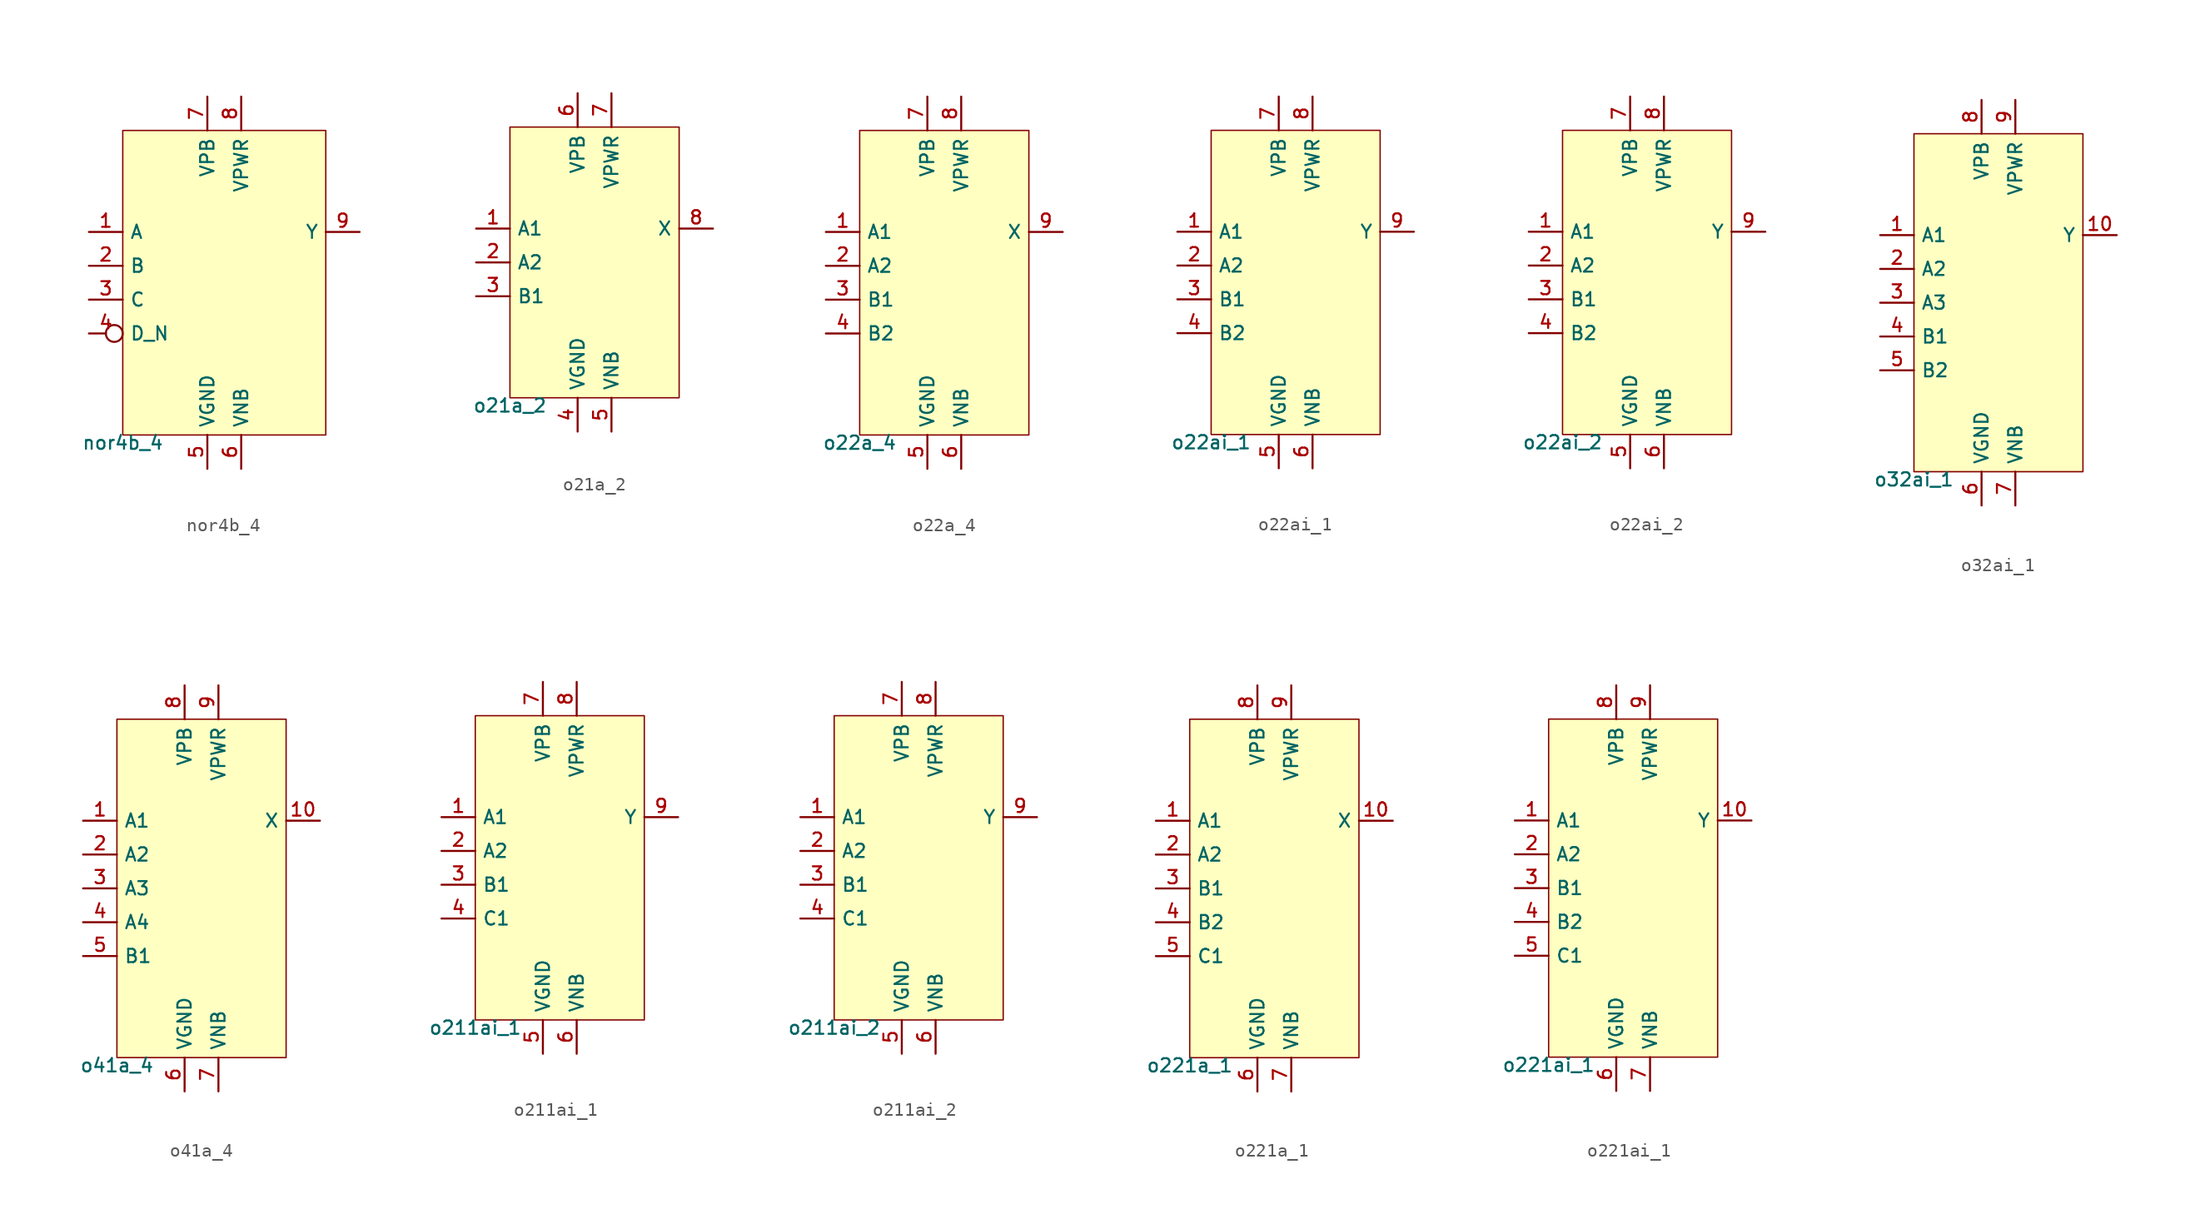
<source format=kicad_sym>
(kicad_symbol_lib
  (version 20211014)
  (generator pdk2kicad)
  (symbol "nor4b_4"
    (property "Reference" "X"
      (at 0 0 0)
      (effects (font (size 1 1)) hide))
    (property "Value" "nor4b_4"
      (at -7.62 -11.43 0)
      (effects (font (size 1 1)) (justify top)))
    (rectangle
      (start -7.62 -11.43)
      (end 7.62 11.43)
      (stroke (width 0.1) (type solid) (color 0 0 0 0))
      (fill (type background)))
    (pin input line
      (at -10.16 3.81 0)
      (length 2.54)
      (name "A" (effects (font (size 1 1)) hide))
      (number "1" (effects (font (size 1 1)) hide)))
    (pin input line
      (at -10.16 1.27 0)
      (length 2.54)
      (name "B" (effects (font (size 1 1)) hide))
      (number "2" (effects (font (size 1 1)) hide)))
    (pin input line
      (at -10.16 -1.27 0)
      (length 2.54)
      (name "C" (effects (font (size 1 1)) hide))
      (number "3" (effects (font (size 1 1)) hide)))
    (pin input inverted
      (at -10.16 -3.81 0)
      (length 2.54)
      (name "D_N" (effects (font (size 1 1)) hide))
      (number "4" (effects (font (size 1 1)) hide)))
    (pin power_in line
      (at -1.27 -13.97 90)
      (length 2.54)
      (name "VGND" (effects (font (size 1 1)) hide))
      (number "5" (effects (font (size 1 1)) hide)))
    (pin power_in line
      (at 1.27 -13.97 90)
      (length 2.54)
      (name "VNB" (effects (font (size 1 1)) hide))
      (number "6" (effects (font (size 1 1)) hide)))
    (pin power_in line
      (at -1.27 13.97 270)
      (length 2.54)
      (name "VPB" (effects (font (size 1 1)) hide))
      (number "7" (effects (font (size 1 1)) hide)))
    (pin power_in line
      (at 1.27 13.97 270)
      (length 2.54)
      (name "VPWR" (effects (font (size 1 1)) hide))
      (number "8" (effects (font (size 1 1)) hide)))
    (pin output line
      (at 10.16 3.81 180)
      (length 2.54)
      (name "Y" (effects (font (size 1 1)) hide))
      (number "9" (effects (font (size 1 1)) hide))))
  (symbol "o21a_2"
    (property "Reference" "X"
      (at 0 0 0)
      (effects (font (size 1 1)) hide))
    (property "Value" "o21a_2"
      (at -6.35 -10.16 0)
      (effects (font (size 1 1)) (justify top)))
    (rectangle
      (start -6.35 -10.16)
      (end 6.35 10.16)
      (stroke (width 0.1) (type solid) (color 0 0 0 0))
      (fill (type background)))
    (pin input line
      (at -8.89 2.54 0)
      (length 2.54)
      (name "A1" (effects (font (size 1 1)) hide))
      (number "1" (effects (font (size 1 1)) hide)))
    (pin input line
      (at -8.89 0.0 0)
      (length 2.54)
      (name "A2" (effects (font (size 1 1)) hide))
      (number "2" (effects (font (size 1 1)) hide)))
    (pin input line
      (at -8.89 -2.54 0)
      (length 2.54)
      (name "B1" (effects (font (size 1 1)) hide))
      (number "3" (effects (font (size 1 1)) hide)))
    (pin power_in line
      (at -1.27 -12.7 90)
      (length 2.54)
      (name "VGND" (effects (font (size 1 1)) hide))
      (number "4" (effects (font (size 1 1)) hide)))
    (pin power_in line
      (at 1.27 -12.7 90)
      (length 2.54)
      (name "VNB" (effects (font (size 1 1)) hide))
      (number "5" (effects (font (size 1 1)) hide)))
    (pin power_in line
      (at -1.27 12.7 270)
      (length 2.54)
      (name "VPB" (effects (font (size 1 1)) hide))
      (number "6" (effects (font (size 1 1)) hide)))
    (pin power_in line
      (at 1.27 12.7 270)
      (length 2.54)
      (name "VPWR" (effects (font (size 1 1)) hide))
      (number "7" (effects (font (size 1 1)) hide)))
    (pin output line
      (at 8.89 2.54 180)
      (length 2.54)
      (name "X" (effects (font (size 1 1)) hide))
      (number "8" (effects (font (size 1 1)) hide))))
  (symbol "o22a_4"
    (property "Reference" "X"
      (at 0 0 0)
      (effects (font (size 1 1)) hide))
    (property "Value" "o22a_4"
      (at -6.35 -11.43 0)
      (effects (font (size 1 1)) (justify top)))
    (rectangle
      (start -6.35 -11.43)
      (end 6.35 11.43)
      (stroke (width 0.1) (type solid) (color 0 0 0 0))
      (fill (type background)))
    (pin input line
      (at -8.89 3.81 0)
      (length 2.54)
      (name "A1" (effects (font (size 1 1)) hide))
      (number "1" (effects (font (size 1 1)) hide)))
    (pin input line
      (at -8.89 1.27 0)
      (length 2.54)
      (name "A2" (effects (font (size 1 1)) hide))
      (number "2" (effects (font (size 1 1)) hide)))
    (pin input line
      (at -8.89 -1.27 0)
      (length 2.54)
      (name "B1" (effects (font (size 1 1)) hide))
      (number "3" (effects (font (size 1 1)) hide)))
    (pin input line
      (at -8.89 -3.81 0)
      (length 2.54)
      (name "B2" (effects (font (size 1 1)) hide))
      (number "4" (effects (font (size 1 1)) hide)))
    (pin power_in line
      (at -1.27 -13.97 90)
      (length 2.54)
      (name "VGND" (effects (font (size 1 1)) hide))
      (number "5" (effects (font (size 1 1)) hide)))
    (pin power_in line
      (at 1.27 -13.97 90)
      (length 2.54)
      (name "VNB" (effects (font (size 1 1)) hide))
      (number "6" (effects (font (size 1 1)) hide)))
    (pin power_in line
      (at -1.27 13.97 270)
      (length 2.54)
      (name "VPB" (effects (font (size 1 1)) hide))
      (number "7" (effects (font (size 1 1)) hide)))
    (pin power_in line
      (at 1.27 13.97 270)
      (length 2.54)
      (name "VPWR" (effects (font (size 1 1)) hide))
      (number "8" (effects (font (size 1 1)) hide)))
    (pin output line
      (at 8.89 3.81 180)
      (length 2.54)
      (name "X" (effects (font (size 1 1)) hide))
      (number "9" (effects (font (size 1 1)) hide))))
  (symbol "o22ai_1"
    (property "Reference" "X"
      (at 0 0 0)
      (effects (font (size 1 1)) hide))
    (property "Value" "o22ai_1"
      (at -6.35 -11.43 0)
      (effects (font (size 1 1)) (justify top)))
    (rectangle
      (start -6.35 -11.43)
      (end 6.35 11.43)
      (stroke (width 0.1) (type solid) (color 0 0 0 0))
      (fill (type background)))
    (pin input line
      (at -8.89 3.81 0)
      (length 2.54)
      (name "A1" (effects (font (size 1 1)) hide))
      (number "1" (effects (font (size 1 1)) hide)))
    (pin input line
      (at -8.89 1.27 0)
      (length 2.54)
      (name "A2" (effects (font (size 1 1)) hide))
      (number "2" (effects (font (size 1 1)) hide)))
    (pin input line
      (at -8.89 -1.27 0)
      (length 2.54)
      (name "B1" (effects (font (size 1 1)) hide))
      (number "3" (effects (font (size 1 1)) hide)))
    (pin input line
      (at -8.89 -3.81 0)
      (length 2.54)
      (name "B2" (effects (font (size 1 1)) hide))
      (number "4" (effects (font (size 1 1)) hide)))
    (pin power_in line
      (at -1.27 -13.97 90)
      (length 2.54)
      (name "VGND" (effects (font (size 1 1)) hide))
      (number "5" (effects (font (size 1 1)) hide)))
    (pin power_in line
      (at 1.27 -13.97 90)
      (length 2.54)
      (name "VNB" (effects (font (size 1 1)) hide))
      (number "6" (effects (font (size 1 1)) hide)))
    (pin power_in line
      (at -1.27 13.97 270)
      (length 2.54)
      (name "VPB" (effects (font (size 1 1)) hide))
      (number "7" (effects (font (size 1 1)) hide)))
    (pin power_in line
      (at 1.27 13.97 270)
      (length 2.54)
      (name "VPWR" (effects (font (size 1 1)) hide))
      (number "8" (effects (font (size 1 1)) hide)))
    (pin output line
      (at 8.89 3.81 180)
      (length 2.54)
      (name "Y" (effects (font (size 1 1)) hide))
      (number "9" (effects (font (size 1 1)) hide))))
  (symbol "o22ai_2"
    (property "Reference" "X"
      (at 0 0 0)
      (effects (font (size 1 1)) hide))
    (property "Value" "o22ai_2"
      (at -6.35 -11.43 0)
      (effects (font (size 1 1)) (justify top)))
    (rectangle
      (start -6.35 -11.43)
      (end 6.35 11.43)
      (stroke (width 0.1) (type solid) (color 0 0 0 0))
      (fill (type background)))
    (pin input line
      (at -8.89 3.81 0)
      (length 2.54)
      (name "A1" (effects (font (size 1 1)) hide))
      (number "1" (effects (font (size 1 1)) hide)))
    (pin input line
      (at -8.89 1.27 0)
      (length 2.54)
      (name "A2" (effects (font (size 1 1)) hide))
      (number "2" (effects (font (size 1 1)) hide)))
    (pin input line
      (at -8.89 -1.27 0)
      (length 2.54)
      (name "B1" (effects (font (size 1 1)) hide))
      (number "3" (effects (font (size 1 1)) hide)))
    (pin input line
      (at -8.89 -3.81 0)
      (length 2.54)
      (name "B2" (effects (font (size 1 1)) hide))
      (number "4" (effects (font (size 1 1)) hide)))
    (pin power_in line
      (at -1.27 -13.97 90)
      (length 2.54)
      (name "VGND" (effects (font (size 1 1)) hide))
      (number "5" (effects (font (size 1 1)) hide)))
    (pin power_in line
      (at 1.27 -13.97 90)
      (length 2.54)
      (name "VNB" (effects (font (size 1 1)) hide))
      (number "6" (effects (font (size 1 1)) hide)))
    (pin power_in line
      (at -1.27 13.97 270)
      (length 2.54)
      (name "VPB" (effects (font (size 1 1)) hide))
      (number "7" (effects (font (size 1 1)) hide)))
    (pin power_in line
      (at 1.27 13.97 270)
      (length 2.54)
      (name "VPWR" (effects (font (size 1 1)) hide))
      (number "8" (effects (font (size 1 1)) hide)))
    (pin output line
      (at 8.89 3.81 180)
      (length 2.54)
      (name "Y" (effects (font (size 1 1)) hide))
      (number "9" (effects (font (size 1 1)) hide))))
  (symbol "o32ai_1"
    (property "Reference" "X"
      (at 0 0 0)
      (effects (font (size 1 1)) hide))
    (property "Value" "o32ai_1"
      (at -6.35 -12.7 0)
      (effects (font (size 1 1)) (justify top)))
    (rectangle
      (start -6.35 -12.7)
      (end 6.35 12.7)
      (stroke (width 0.1) (type solid) (color 0 0 0 0))
      (fill (type background)))
    (pin input line
      (at -8.89 5.08 0)
      (length 2.54)
      (name "A1" (effects (font (size 1 1)) hide))
      (number "1" (effects (font (size 1 1)) hide)))
    (pin input line
      (at -8.89 2.54 0)
      (length 2.54)
      (name "A2" (effects (font (size 1 1)) hide))
      (number "2" (effects (font (size 1 1)) hide)))
    (pin input line
      (at -8.89 -8.881784197001252e-16 0)
      (length 2.54)
      (name "A3" (effects (font (size 1 1)) hide))
      (number "3" (effects (font (size 1 1)) hide)))
    (pin input line
      (at -8.89 -2.54 0)
      (length 2.54)
      (name "B1" (effects (font (size 1 1)) hide))
      (number "4" (effects (font (size 1 1)) hide)))
    (pin input line
      (at -8.89 -5.08 0)
      (length 2.54)
      (name "B2" (effects (font (size 1 1)) hide))
      (number "5" (effects (font (size 1 1)) hide)))
    (pin power_in line
      (at -1.27 -15.24 90)
      (length 2.54)
      (name "VGND" (effects (font (size 1 1)) hide))
      (number "6" (effects (font (size 1 1)) hide)))
    (pin power_in line
      (at 1.27 -15.24 90)
      (length 2.54)
      (name "VNB" (effects (font (size 1 1)) hide))
      (number "7" (effects (font (size 1 1)) hide)))
    (pin power_in line
      (at -1.27 15.24 270)
      (length 2.54)
      (name "VPB" (effects (font (size 1 1)) hide))
      (number "8" (effects (font (size 1 1)) hide)))
    (pin power_in line
      (at 1.27 15.24 270)
      (length 2.54)
      (name "VPWR" (effects (font (size 1 1)) hide))
      (number "9" (effects (font (size 1 1)) hide)))
    (pin output line
      (at 8.89 5.08 180)
      (length 2.54)
      (name "Y" (effects (font (size 1 1)) hide))
      (number "10" (effects (font (size 1 1)) hide))))
  (symbol "o41a_4"
    (property "Reference" "X"
      (at 0 0 0)
      (effects (font (size 1 1)) hide))
    (property "Value" "o41a_4"
      (at -6.35 -12.7 0)
      (effects (font (size 1 1)) (justify top)))
    (rectangle
      (start -6.35 -12.7)
      (end 6.35 12.7)
      (stroke (width 0.1) (type solid) (color 0 0 0 0))
      (fill (type background)))
    (pin input line
      (at -8.89 5.08 0)
      (length 2.54)
      (name "A1" (effects (font (size 1 1)) hide))
      (number "1" (effects (font (size 1 1)) hide)))
    (pin input line
      (at -8.89 2.54 0)
      (length 2.54)
      (name "A2" (effects (font (size 1 1)) hide))
      (number "2" (effects (font (size 1 1)) hide)))
    (pin input line
      (at -8.89 -8.881784197001252e-16 0)
      (length 2.54)
      (name "A3" (effects (font (size 1 1)) hide))
      (number "3" (effects (font (size 1 1)) hide)))
    (pin input line
      (at -8.89 -2.54 0)
      (length 2.54)
      (name "A4" (effects (font (size 1 1)) hide))
      (number "4" (effects (font (size 1 1)) hide)))
    (pin input line
      (at -8.89 -5.08 0)
      (length 2.54)
      (name "B1" (effects (font (size 1 1)) hide))
      (number "5" (effects (font (size 1 1)) hide)))
    (pin power_in line
      (at -1.27 -15.24 90)
      (length 2.54)
      (name "VGND" (effects (font (size 1 1)) hide))
      (number "6" (effects (font (size 1 1)) hide)))
    (pin power_in line
      (at 1.27 -15.24 90)
      (length 2.54)
      (name "VNB" (effects (font (size 1 1)) hide))
      (number "7" (effects (font (size 1 1)) hide)))
    (pin power_in line
      (at -1.27 15.24 270)
      (length 2.54)
      (name "VPB" (effects (font (size 1 1)) hide))
      (number "8" (effects (font (size 1 1)) hide)))
    (pin power_in line
      (at 1.27 15.24 270)
      (length 2.54)
      (name "VPWR" (effects (font (size 1 1)) hide))
      (number "9" (effects (font (size 1 1)) hide)))
    (pin output line
      (at 8.89 5.08 180)
      (length 2.54)
      (name "X" (effects (font (size 1 1)) hide))
      (number "10" (effects (font (size 1 1)) hide))))
  (symbol "o211ai_1"
    (property "Reference" "X"
      (at 0 0 0)
      (effects (font (size 1 1)) hide))
    (property "Value" "o211ai_1"
      (at -6.35 -11.43 0)
      (effects (font (size 1 1)) (justify top)))
    (rectangle
      (start -6.35 -11.43)
      (end 6.35 11.43)
      (stroke (width 0.1) (type solid) (color 0 0 0 0))
      (fill (type background)))
    (pin input line
      (at -8.89 3.81 0)
      (length 2.54)
      (name "A1" (effects (font (size 1 1)) hide))
      (number "1" (effects (font (size 1 1)) hide)))
    (pin input line
      (at -8.89 1.27 0)
      (length 2.54)
      (name "A2" (effects (font (size 1 1)) hide))
      (number "2" (effects (font (size 1 1)) hide)))
    (pin input line
      (at -8.89 -1.27 0)
      (length 2.54)
      (name "B1" (effects (font (size 1 1)) hide))
      (number "3" (effects (font (size 1 1)) hide)))
    (pin input line
      (at -8.89 -3.81 0)
      (length 2.54)
      (name "C1" (effects (font (size 1 1)) hide))
      (number "4" (effects (font (size 1 1)) hide)))
    (pin power_in line
      (at -1.27 -13.97 90)
      (length 2.54)
      (name "VGND" (effects (font (size 1 1)) hide))
      (number "5" (effects (font (size 1 1)) hide)))
    (pin power_in line
      (at 1.27 -13.97 90)
      (length 2.54)
      (name "VNB" (effects (font (size 1 1)) hide))
      (number "6" (effects (font (size 1 1)) hide)))
    (pin power_in line
      (at -1.27 13.97 270)
      (length 2.54)
      (name "VPB" (effects (font (size 1 1)) hide))
      (number "7" (effects (font (size 1 1)) hide)))
    (pin power_in line
      (at 1.27 13.97 270)
      (length 2.54)
      (name "VPWR" (effects (font (size 1 1)) hide))
      (number "8" (effects (font (size 1 1)) hide)))
    (pin output line
      (at 8.89 3.81 180)
      (length 2.54)
      (name "Y" (effects (font (size 1 1)) hide))
      (number "9" (effects (font (size 1 1)) hide))))
  (symbol "o211ai_2"
    (property "Reference" "X"
      (at 0 0 0)
      (effects (font (size 1 1)) hide))
    (property "Value" "o211ai_2"
      (at -6.35 -11.43 0)
      (effects (font (size 1 1)) (justify top)))
    (rectangle
      (start -6.35 -11.43)
      (end 6.35 11.43)
      (stroke (width 0.1) (type solid) (color 0 0 0 0))
      (fill (type background)))
    (pin input line
      (at -8.89 3.81 0)
      (length 2.54)
      (name "A1" (effects (font (size 1 1)) hide))
      (number "1" (effects (font (size 1 1)) hide)))
    (pin input line
      (at -8.89 1.27 0)
      (length 2.54)
      (name "A2" (effects (font (size 1 1)) hide))
      (number "2" (effects (font (size 1 1)) hide)))
    (pin input line
      (at -8.89 -1.27 0)
      (length 2.54)
      (name "B1" (effects (font (size 1 1)) hide))
      (number "3" (effects (font (size 1 1)) hide)))
    (pin input line
      (at -8.89 -3.81 0)
      (length 2.54)
      (name "C1" (effects (font (size 1 1)) hide))
      (number "4" (effects (font (size 1 1)) hide)))
    (pin power_in line
      (at -1.27 -13.97 90)
      (length 2.54)
      (name "VGND" (effects (font (size 1 1)) hide))
      (number "5" (effects (font (size 1 1)) hide)))
    (pin power_in line
      (at 1.27 -13.97 90)
      (length 2.54)
      (name "VNB" (effects (font (size 1 1)) hide))
      (number "6" (effects (font (size 1 1)) hide)))
    (pin power_in line
      (at -1.27 13.97 270)
      (length 2.54)
      (name "VPB" (effects (font (size 1 1)) hide))
      (number "7" (effects (font (size 1 1)) hide)))
    (pin power_in line
      (at 1.27 13.97 270)
      (length 2.54)
      (name "VPWR" (effects (font (size 1 1)) hide))
      (number "8" (effects (font (size 1 1)) hide)))
    (pin output line
      (at 8.89 3.81 180)
      (length 2.54)
      (name "Y" (effects (font (size 1 1)) hide))
      (number "9" (effects (font (size 1 1)) hide))))
  (symbol "o221a_1"
    (property "Reference" "X"
      (at 0 0 0)
      (effects (font (size 1 1)) hide))
    (property "Value" "o221a_1"
      (at -6.35 -12.7 0)
      (effects (font (size 1 1)) (justify top)))
    (rectangle
      (start -6.35 -12.7)
      (end 6.35 12.7)
      (stroke (width 0.1) (type solid) (color 0 0 0 0))
      (fill (type background)))
    (pin input line
      (at -8.89 5.08 0)
      (length 2.54)
      (name "A1" (effects (font (size 1 1)) hide))
      (number "1" (effects (font (size 1 1)) hide)))
    (pin input line
      (at -8.89 2.54 0)
      (length 2.54)
      (name "A2" (effects (font (size 1 1)) hide))
      (number "2" (effects (font (size 1 1)) hide)))
    (pin input line
      (at -8.89 -8.881784197001252e-16 0)
      (length 2.54)
      (name "B1" (effects (font (size 1 1)) hide))
      (number "3" (effects (font (size 1 1)) hide)))
    (pin input line
      (at -8.89 -2.54 0)
      (length 2.54)
      (name "B2" (effects (font (size 1 1)) hide))
      (number "4" (effects (font (size 1 1)) hide)))
    (pin input line
      (at -8.89 -5.08 0)
      (length 2.54)
      (name "C1" (effects (font (size 1 1)) hide))
      (number "5" (effects (font (size 1 1)) hide)))
    (pin power_in line
      (at -1.27 -15.24 90)
      (length 2.54)
      (name "VGND" (effects (font (size 1 1)) hide))
      (number "6" (effects (font (size 1 1)) hide)))
    (pin power_in line
      (at 1.27 -15.24 90)
      (length 2.54)
      (name "VNB" (effects (font (size 1 1)) hide))
      (number "7" (effects (font (size 1 1)) hide)))
    (pin power_in line
      (at -1.27 15.24 270)
      (length 2.54)
      (name "VPB" (effects (font (size 1 1)) hide))
      (number "8" (effects (font (size 1 1)) hide)))
    (pin power_in line
      (at 1.27 15.24 270)
      (length 2.54)
      (name "VPWR" (effects (font (size 1 1)) hide))
      (number "9" (effects (font (size 1 1)) hide)))
    (pin output line
      (at 8.89 5.08 180)
      (length 2.54)
      (name "X" (effects (font (size 1 1)) hide))
      (number "10" (effects (font (size 1 1)) hide))))
  (symbol "o221ai_1"
    (property "Reference" "X"
      (at 0 0 0)
      (effects (font (size 1 1)) hide))
    (property "Value" "o221ai_1"
      (at -6.35 -12.7 0)
      (effects (font (size 1 1)) (justify top)))
    (rectangle
      (start -6.35 -12.7)
      (end 6.35 12.7)
      (stroke (width 0.1) (type solid) (color 0 0 0 0))
      (fill (type background)))
    (pin input line
      (at -8.89 5.08 0)
      (length 2.54)
      (name "A1" (effects (font (size 1 1)) hide))
      (number "1" (effects (font (size 1 1)) hide)))
    (pin input line
      (at -8.89 2.54 0)
      (length 2.54)
      (name "A2" (effects (font (size 1 1)) hide))
      (number "2" (effects (font (size 1 1)) hide)))
    (pin input line
      (at -8.89 -8.881784197001252e-16 0)
      (length 2.54)
      (name "B1" (effects (font (size 1 1)) hide))
      (number "3" (effects (font (size 1 1)) hide)))
    (pin input line
      (at -8.89 -2.54 0)
      (length 2.54)
      (name "B2" (effects (font (size 1 1)) hide))
      (number "4" (effects (font (size 1 1)) hide)))
    (pin input line
      (at -8.89 -5.08 0)
      (length 2.54)
      (name "C1" (effects (font (size 1 1)) hide))
      (number "5" (effects (font (size 1 1)) hide)))
    (pin power_in line
      (at -1.27 -15.24 90)
      (length 2.54)
      (name "VGND" (effects (font (size 1 1)) hide))
      (number "6" (effects (font (size 1 1)) hide)))
    (pin power_in line
      (at 1.27 -15.24 90)
      (length 2.54)
      (name "VNB" (effects (font (size 1 1)) hide))
      (number "7" (effects (font (size 1 1)) hide)))
    (pin power_in line
      (at -1.27 15.24 270)
      (length 2.54)
      (name "VPB" (effects (font (size 1 1)) hide))
      (number "8" (effects (font (size 1 1)) hide)))
    (pin power_in line
      (at 1.27 15.24 270)
      (length 2.54)
      (name "VPWR" (effects (font (size 1 1)) hide))
      (number "9" (effects (font (size 1 1)) hide)))
    (pin output line
      (at 8.89 5.08 180)
      (length 2.54)
      (name "Y" (effects (font (size 1 1)) hide))
      (number "10" (effects (font (size 1 1)) hide)))))
</source>
